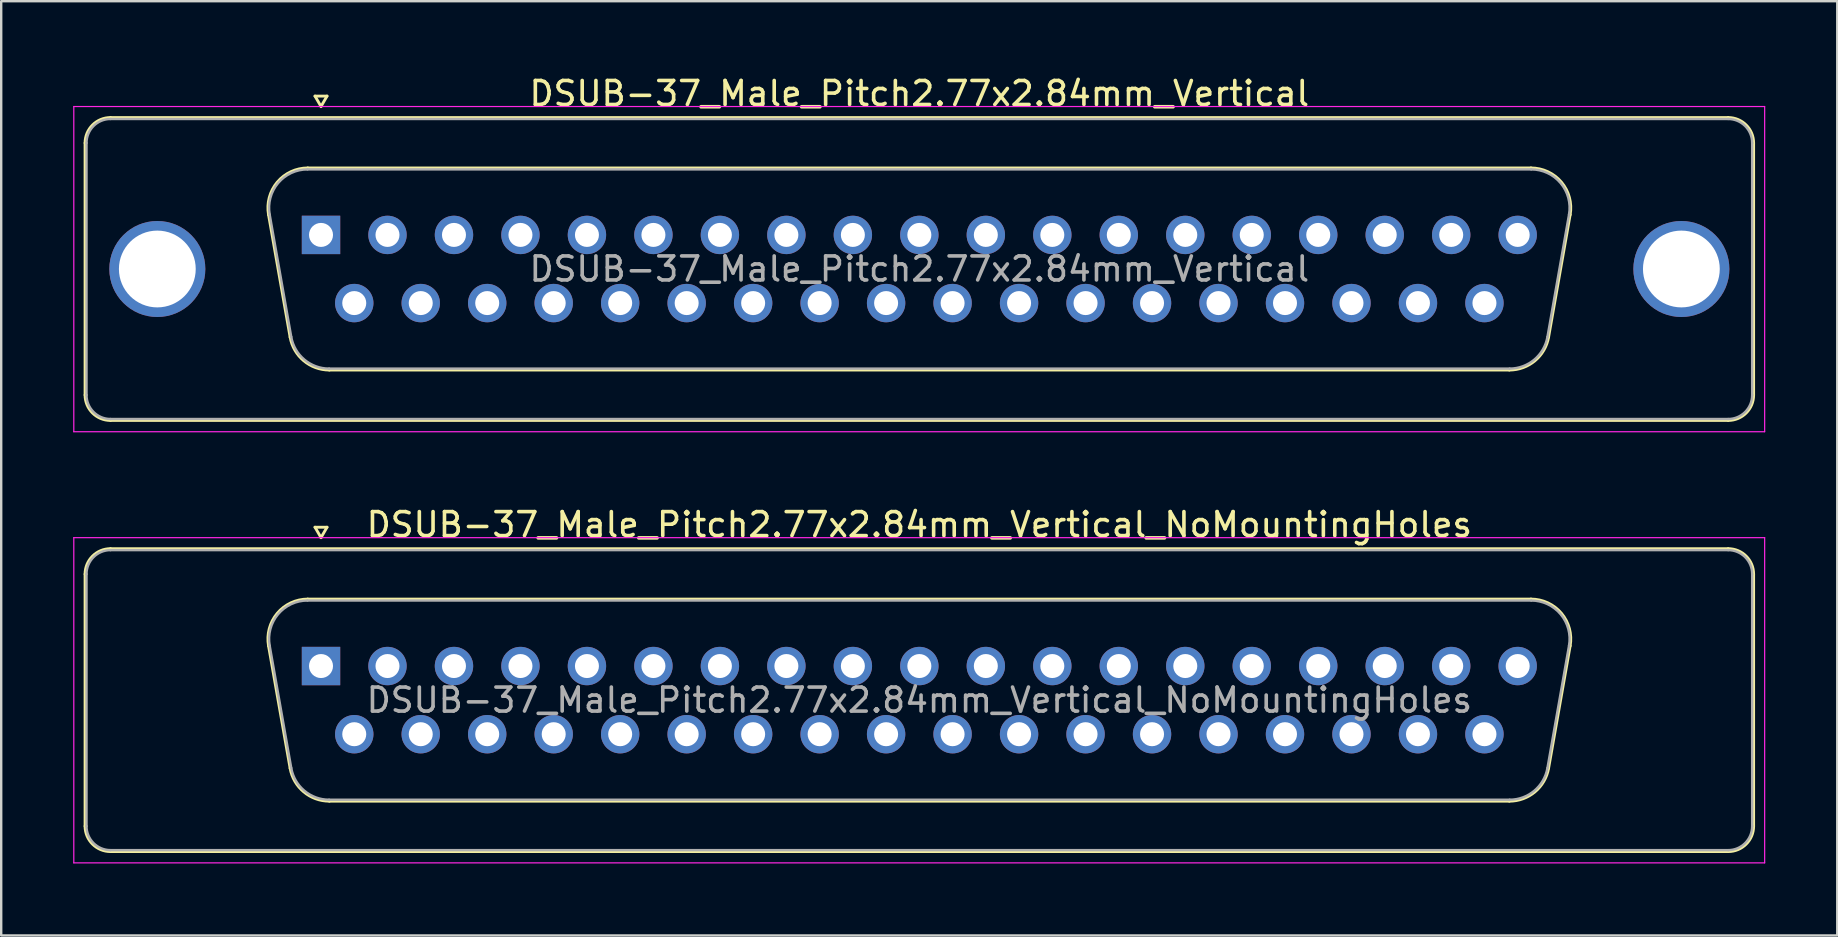
<source format=kicad_pcb>
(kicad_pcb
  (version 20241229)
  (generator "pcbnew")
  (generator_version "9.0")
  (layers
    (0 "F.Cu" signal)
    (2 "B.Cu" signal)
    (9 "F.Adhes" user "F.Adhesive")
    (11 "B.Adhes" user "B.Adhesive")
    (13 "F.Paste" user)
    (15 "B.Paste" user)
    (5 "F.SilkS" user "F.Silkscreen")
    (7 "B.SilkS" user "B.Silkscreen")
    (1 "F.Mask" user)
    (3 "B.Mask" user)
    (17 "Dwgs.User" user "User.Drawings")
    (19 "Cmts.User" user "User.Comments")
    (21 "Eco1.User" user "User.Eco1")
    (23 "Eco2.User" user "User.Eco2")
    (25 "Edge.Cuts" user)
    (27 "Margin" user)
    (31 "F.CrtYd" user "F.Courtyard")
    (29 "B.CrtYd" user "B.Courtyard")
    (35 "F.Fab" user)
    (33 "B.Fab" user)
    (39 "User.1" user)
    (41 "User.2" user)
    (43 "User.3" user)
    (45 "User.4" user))
  (footprint "DSUB-37_Male_Pitch2.77x2.84mm_Vertical"
    (layer "F.Cu")
    (at 10.325 6.738)
    (property "Reference" "DSUB-37_Male_Pitch2.77x2.84mm_Vertical" (at 24.93 -5.89 0) (layer "F.SilkS") (effects (font (size 1 1) (thickness 0.15))))
    (attr through_hole)
    (fp_line (start -9.83 6.67) (end -9.83 -3.83) (stroke (width 0.12) (type solid)) (layer "F.SilkS"))
    (fp_line (start -8.77 -4.89) (end 58.63 -4.89) (stroke (width 0.12) (type solid)) (layer "F.SilkS"))
    (fp_line (start -2.186 -0.842) (end -1.287 4.258) (stroke (width 0.12) (type solid)) (layer "F.SilkS"))
    (fp_line (start -0.552 -2.79) (end 50.412 -2.79) (stroke (width 0.12) (type solid)) (layer "F.SilkS"))
    (fp_line (start -0.25 -5.784) (end 0.25 -5.784) (stroke (width 0.12) (type solid)) (layer "F.SilkS"))
    (fp_line (start 0 -5.351) (end -0.25 -5.784) (stroke (width 0.12) (type solid)) (layer "F.SilkS"))
    (fp_line (start 0.25 -5.784) (end 0 -5.351) (stroke (width 0.12) (type solid)) (layer "F.SilkS"))
    (fp_line (start 0.348 5.63) (end 49.512 5.63) (stroke (width 0.12) (type solid)) (layer "F.SilkS"))
    (fp_line (start 52.046 -0.842) (end 51.147 4.258) (stroke (width 0.12) (type solid)) (layer "F.SilkS"))
    (fp_line (start 58.63 7.73) (end -8.77 7.73) (stroke (width 0.12) (type solid)) (layer "F.SilkS"))
    (fp_line (start 59.69 -3.83) (end 59.69 6.67) (stroke (width 0.12) (type solid)) (layer "F.SilkS"))
    (fp_arc (start -9.83 -3.83) (mid -9.519533 -4.579533) (end -8.77 -4.89) (stroke (width 0.12) (type solid)) (layer "F.SilkS"))
    (fp_arc (start -8.77 7.73) (mid -9.519533 7.419533) (end -9.83 6.67) (stroke (width 0.12) (type solid)) (layer "F.SilkS"))
    (fp_arc (start -2.18647 -0.841744) (mid -1.823323 -2.197028) (end -0.551689 -2.79) (stroke (width 0.12) (type solid)) (layer "F.SilkS"))
    (fp_arc (start 0.347579 5.63) (mid -0.719448 5.241634) (end -1.287202 4.258256) (stroke (width 0.12) (type solid)) (layer "F.SilkS"))
    (fp_arc (start 50.411689 -2.79) (mid 51.683323 -2.197027) (end 52.04647 -0.841744) (stroke (width 0.12) (type solid)) (layer "F.SilkS"))
    (fp_arc (start 51.147202 4.258256) (mid 50.579449 5.241634) (end 49.512421 5.63) (stroke (width 0.12) (type solid)) (layer "F.SilkS"))
    (fp_arc (start 58.63 -4.89) (mid 59.379533 -4.579533) (end 59.69 -3.83) (stroke (width 0.12) (type solid)) (layer "F.SilkS"))
    (fp_arc (start 59.69 6.67) (mid 59.379533 7.419533) (end 58.63 7.73) (stroke (width 0.12) (type solid)) (layer "F.SilkS"))
    (fp_line (start -10.3 -5.35) (end -10.3 8.2) (stroke (width 0.05) (type solid)) (layer "F.CrtYd"))
    (fp_line (start -10.3 8.2) (end 60.15 8.2) (stroke (width 0.05) (type solid)) (layer "F.CrtYd"))
    (fp_line (start 60.15 -5.35) (end -10.3 -5.35) (stroke (width 0.05) (type solid)) (layer "F.CrtYd"))
    (fp_line (start 60.15 8.2) (end 60.15 -5.35) (stroke (width 0.05) (type solid)) (layer "F.CrtYd"))
    (fp_line (start -9.77 6.67) (end -9.77 -3.83) (stroke (width 0.1) (type solid)) (layer "F.Fab"))
    (fp_line (start -8.77 -4.83) (end 58.63 -4.83) (stroke (width 0.1) (type solid)) (layer "F.Fab"))
    (fp_line (start -2.139 -0.852) (end -1.24 4.248) (stroke (width 0.1) (type solid)) (layer "F.Fab"))
    (fp_line (start -0.563 -2.73) (end 50.423 -2.73) (stroke (width 0.1) (type solid)) (layer "F.Fab"))
    (fp_line (start 0.336 5.57) (end 49.524 5.57) (stroke (width 0.1) (type solid)) (layer "F.Fab"))
    (fp_line (start 51.999 -0.852) (end 51.1 4.248) (stroke (width 0.1) (type solid)) (layer "F.Fab"))
    (fp_line (start 58.63 7.67) (end -8.77 7.67) (stroke (width 0.1) (type solid)) (layer "F.Fab"))
    (fp_line (start 59.63 -3.83) (end 59.63 6.67) (stroke (width 0.1) (type solid)) (layer "F.Fab"))
    (fp_arc (start -9.77 -3.83) (mid -9.477107 -4.537107) (end -8.77 -4.83) (stroke (width 0.1) (type solid)) (layer "F.Fab"))
    (fp_arc (start -8.77 7.67) (mid -9.477107 7.377107) (end -9.77 6.67) (stroke (width 0.1) (type solid)) (layer "F.Fab"))
    (fp_arc (start -2.138886 -0.852163) (mid -1.788865 -2.15846) (end -0.563194 -2.73) (stroke (width 0.1) (type solid)) (layer "F.Fab"))
    (fp_arc (start 0.336073 5.57) (mid -0.692387 5.195671) (end -1.239619 4.247837) (stroke (width 0.1) (type solid)) (layer "F.Fab"))
    (fp_arc (start 50.423194 -2.73) (mid 51.648865 -2.15846) (end 51.998886 -0.852163) (stroke (width 0.1) (type solid)) (layer "F.Fab"))
    (fp_arc (start 51.099619 4.247837) (mid 50.552387 5.195671) (end 49.523927 5.57) (stroke (width 0.1) (type solid)) (layer "F.Fab"))
    (fp_arc (start 58.63 -4.83) (mid 59.337107 -4.537107) (end 59.63 -3.83) (stroke (width 0.1) (type solid)) (layer "F.Fab"))
    (fp_arc (start 59.63 6.67) (mid 59.337107 7.377107) (end 58.63 7.67) (stroke (width 0.1) (type solid)) (layer "F.Fab"))
    (fp_text user "${REFERENCE}" (at 24.93 1.42 0) (layer "F.Fab") (effects (font (size 1 1) (thickness 0.15))))
    (pad "0" thru_hole circle (at -6.82 1.42) (size 4 4) (drill 3.2) (layers "*.Cu" "*.Mask"))
    (pad "0" thru_hole circle (at 56.68 1.42) (size 4 4) (drill 3.2) (layers "*.Cu" "*.Mask"))
    (pad "1" thru_hole rect (at 0 0) (size 1.6 1.6) (drill 1) (layers "*.Cu" "*.Mask"))
    (pad "2" thru_hole circle (at 2.77 0) (size 1.6 1.6) (drill 1) (layers "*.Cu" "*.Mask"))
    (pad "3" thru_hole circle (at 5.54 0) (size 1.6 1.6) (drill 1) (layers "*.Cu" "*.Mask"))
    (pad "4" thru_hole circle (at 8.31 0) (size 1.6 1.6) (drill 1) (layers "*.Cu" "*.Mask"))
    (pad "5" thru_hole circle (at 11.08 0) (size 1.6 1.6) (drill 1) (layers "*.Cu" "*.Mask"))
    (pad "6" thru_hole circle (at 13.85 0) (size 1.6 1.6) (drill 1) (layers "*.Cu" "*.Mask"))
    (pad "7" thru_hole circle (at 16.62 0) (size 1.6 1.6) (drill 1) (layers "*.Cu" "*.Mask"))
    (pad "8" thru_hole circle (at 19.39 0) (size 1.6 1.6) (drill 1) (layers "*.Cu" "*.Mask"))
    (pad "9" thru_hole circle (at 22.16 0) (size 1.6 1.6) (drill 1) (layers "*.Cu" "*.Mask"))
    (pad "10" thru_hole circle (at 24.93 0) (size 1.6 1.6) (drill 1) (layers "*.Cu" "*.Mask"))
    (pad "11" thru_hole circle (at 27.7 0) (size 1.6 1.6) (drill 1) (layers "*.Cu" "*.Mask"))
    (pad "12" thru_hole circle (at 30.47 0) (size 1.6 1.6) (drill 1) (layers "*.Cu" "*.Mask"))
    (pad "13" thru_hole circle (at 33.24 0) (size 1.6 1.6) (drill 1) (layers "*.Cu" "*.Mask"))
    (pad "14" thru_hole circle (at 36.01 0) (size 1.6 1.6) (drill 1) (layers "*.Cu" "*.Mask"))
    (pad "15" thru_hole circle (at 38.78 0) (size 1.6 1.6) (drill 1) (layers "*.Cu" "*.Mask"))
    (pad "16" thru_hole circle (at 41.55 0) (size 1.6 1.6) (drill 1) (layers "*.Cu" "*.Mask"))
    (pad "17" thru_hole circle (at 44.32 0) (size 1.6 1.6) (drill 1) (layers "*.Cu" "*.Mask"))
    (pad "18" thru_hole circle (at 47.09 0) (size 1.6 1.6) (drill 1) (layers "*.Cu" "*.Mask"))
    (pad "19" thru_hole circle (at 49.86 0) (size 1.6 1.6) (drill 1) (layers "*.Cu" "*.Mask"))
    (pad "20" thru_hole circle (at 1.385 2.84) (size 1.6 1.6) (drill 1) (layers "*.Cu" "*.Mask"))
    (pad "21" thru_hole circle (at 4.155 2.84) (size 1.6 1.6) (drill 1) (layers "*.Cu" "*.Mask"))
    (pad "22" thru_hole circle (at 6.925 2.84) (size 1.6 1.6) (drill 1) (layers "*.Cu" "*.Mask"))
    (pad "23" thru_hole circle (at 9.695 2.84) (size 1.6 1.6) (drill 1) (layers "*.Cu" "*.Mask"))
    (pad "24" thru_hole circle (at 12.465 2.84) (size 1.6 1.6) (drill 1) (layers "*.Cu" "*.Mask"))
    (pad "25" thru_hole circle (at 15.235 2.84) (size 1.6 1.6) (drill 1) (layers "*.Cu" "*.Mask"))
    (pad "26" thru_hole circle (at 18.005 2.84) (size 1.6 1.6) (drill 1) (layers "*.Cu" "*.Mask"))
    (pad "27" thru_hole circle (at 20.775 2.84) (size 1.6 1.6) (drill 1) (layers "*.Cu" "*.Mask"))
    (pad "28" thru_hole circle (at 23.545 2.84) (size 1.6 1.6) (drill 1) (layers "*.Cu" "*.Mask"))
    (pad "29" thru_hole circle (at 26.315 2.84) (size 1.6 1.6) (drill 1) (layers "*.Cu" "*.Mask"))
    (pad "30" thru_hole circle (at 29.085 2.84) (size 1.6 1.6) (drill 1) (layers "*.Cu" "*.Mask"))
    (pad "31" thru_hole circle (at 31.855 2.84) (size 1.6 1.6) (drill 1) (layers "*.Cu" "*.Mask"))
    (pad "32" thru_hole circle (at 34.625 2.84) (size 1.6 1.6) (drill 1) (layers "*.Cu" "*.Mask"))
    (pad "33" thru_hole circle (at 37.395 2.84) (size 1.6 1.6) (drill 1) (layers "*.Cu" "*.Mask"))
    (pad "34" thru_hole circle (at 40.165 2.84) (size 1.6 1.6) (drill 1) (layers "*.Cu" "*.Mask"))
    (pad "35" thru_hole circle (at 42.935 2.84) (size 1.6 1.6) (drill 1) (layers "*.Cu" "*.Mask"))
    (pad "36" thru_hole circle (at 45.705 2.84) (size 1.6 1.6) (drill 1) (layers "*.Cu" "*.Mask"))
    (pad "37" thru_hole circle (at 48.475 2.84) (size 1.6 1.6) (drill 1) (layers "*.Cu" "*.Mask")))
  (footprint "DSUB-37_Male_Pitch2.77x2.84mm_Vertical_NoMountingHoles"
    (layer "F.Cu")
    (at 10.325 24.701)
    (property "Reference" "DSUB-37_Male_Pitch2.77x2.84mm_Vertical_NoMountingHoles" (at 24.93 -5.89 0) (layer "F.SilkS") (effects (font (size 1 1) (thickness 0.15))))
    (attr through_hole)
    (fp_line (start -9.83 6.67) (end -9.83 -3.83) (stroke (width 0.12) (type solid)) (layer "F.SilkS"))
    (fp_line (start -8.77 -4.89) (end 58.63 -4.89) (stroke (width 0.12) (type solid)) (layer "F.SilkS"))
    (fp_line (start -2.186 -0.842) (end -1.287 4.258) (stroke (width 0.12) (type solid)) (layer "F.SilkS"))
    (fp_line (start -0.552 -2.79) (end 50.412 -2.79) (stroke (width 0.12) (type solid)) (layer "F.SilkS"))
    (fp_line (start -0.25 -5.784) (end 0.25 -5.784) (stroke (width 0.12) (type solid)) (layer "F.SilkS"))
    (fp_line (start 0 -5.351) (end -0.25 -5.784) (stroke (width 0.12) (type solid)) (layer "F.SilkS"))
    (fp_line (start 0.25 -5.784) (end 0 -5.351) (stroke (width 0.12) (type solid)) (layer "F.SilkS"))
    (fp_line (start 0.348 5.63) (end 49.512 5.63) (stroke (width 0.12) (type solid)) (layer "F.SilkS"))
    (fp_line (start 52.046 -0.842) (end 51.147 4.258) (stroke (width 0.12) (type solid)) (layer "F.SilkS"))
    (fp_line (start 58.63 7.73) (end -8.77 7.73) (stroke (width 0.12) (type solid)) (layer "F.SilkS"))
    (fp_line (start 59.69 -3.83) (end 59.69 6.67) (stroke (width 0.12) (type solid)) (layer "F.SilkS"))
    (fp_arc (start -9.83 -3.83) (mid -9.519533 -4.579533) (end -8.77 -4.89) (stroke (width 0.12) (type solid)) (layer "F.SilkS"))
    (fp_arc (start -8.77 7.73) (mid -9.519533 7.419533) (end -9.83 6.67) (stroke (width 0.12) (type solid)) (layer "F.SilkS"))
    (fp_arc (start -2.18647 -0.841744) (mid -1.823323 -2.197028) (end -0.551689 -2.79) (stroke (width 0.12) (type solid)) (layer "F.SilkS"))
    (fp_arc (start 0.347579 5.63) (mid -0.719448 5.241634) (end -1.287202 4.258256) (stroke (width 0.12) (type solid)) (layer "F.SilkS"))
    (fp_arc (start 50.411689 -2.79) (mid 51.683323 -2.197027) (end 52.04647 -0.841744) (stroke (width 0.12) (type solid)) (layer "F.SilkS"))
    (fp_arc (start 51.147202 4.258256) (mid 50.579449 5.241634) (end 49.512421 5.63) (stroke (width 0.12) (type solid)) (layer "F.SilkS"))
    (fp_arc (start 58.63 -4.89) (mid 59.379533 -4.579533) (end 59.69 -3.83) (stroke (width 0.12) (type solid)) (layer "F.SilkS"))
    (fp_arc (start 59.69 6.67) (mid 59.379533 7.419533) (end 58.63 7.73) (stroke (width 0.12) (type solid)) (layer "F.SilkS"))
    (fp_line (start -10.3 -5.35) (end -10.3 8.2) (stroke (width 0.05) (type solid)) (layer "F.CrtYd"))
    (fp_line (start -10.3 8.2) (end 60.15 8.2) (stroke (width 0.05) (type solid)) (layer "F.CrtYd"))
    (fp_line (start 60.15 -5.35) (end -10.3 -5.35) (stroke (width 0.05) (type solid)) (layer "F.CrtYd"))
    (fp_line (start 60.15 8.2) (end 60.15 -5.35) (stroke (width 0.05) (type solid)) (layer "F.CrtYd"))
    (fp_line (start -9.77 6.67) (end -9.77 -3.83) (stroke (width 0.1) (type solid)) (layer "F.Fab"))
    (fp_line (start -8.77 -4.83) (end 58.63 -4.83) (stroke (width 0.1) (type solid)) (layer "F.Fab"))
    (fp_line (start -2.139 -0.852) (end -1.24 4.248) (stroke (width 0.1) (type solid)) (layer "F.Fab"))
    (fp_line (start -0.563 -2.73) (end 50.423 -2.73) (stroke (width 0.1) (type solid)) (layer "F.Fab"))
    (fp_line (start 0.336 5.57) (end 49.524 5.57) (stroke (width 0.1) (type solid)) (layer "F.Fab"))
    (fp_line (start 51.999 -0.852) (end 51.1 4.248) (stroke (width 0.1) (type solid)) (layer "F.Fab"))
    (fp_line (start 58.63 7.67) (end -8.77 7.67) (stroke (width 0.1) (type solid)) (layer "F.Fab"))
    (fp_line (start 59.63 -3.83) (end 59.63 6.67) (stroke (width 0.1) (type solid)) (layer "F.Fab"))
    (fp_arc (start -9.77 -3.83) (mid -9.477107 -4.537107) (end -8.77 -4.83) (stroke (width 0.1) (type solid)) (layer "F.Fab"))
    (fp_arc (start -8.77 7.67) (mid -9.477107 7.377107) (end -9.77 6.67) (stroke (width 0.1) (type solid)) (layer "F.Fab"))
    (fp_arc (start -2.138886 -0.852163) (mid -1.788865 -2.15846) (end -0.563194 -2.73) (stroke (width 0.1) (type solid)) (layer "F.Fab"))
    (fp_arc (start 0.336073 5.57) (mid -0.692387 5.195671) (end -1.239619 4.247837) (stroke (width 0.1) (type solid)) (layer "F.Fab"))
    (fp_arc (start 50.423194 -2.73) (mid 51.648865 -2.15846) (end 51.998886 -0.852163) (stroke (width 0.1) (type solid)) (layer "F.Fab"))
    (fp_arc (start 51.099619 4.247837) (mid 50.552387 5.195671) (end 49.523927 5.57) (stroke (width 0.1) (type solid)) (layer "F.Fab"))
    (fp_arc (start 58.63 -4.83) (mid 59.337107 -4.537107) (end 59.63 -3.83) (stroke (width 0.1) (type solid)) (layer "F.Fab"))
    (fp_arc (start 59.63 6.67) (mid 59.337107 7.377107) (end 58.63 7.67) (stroke (width 0.1) (type solid)) (layer "F.Fab"))
    (fp_text user "${REFERENCE}" (at 24.93 1.42 0) (layer "F.Fab") (effects (font (size 1 1) (thickness 0.15))))
    (pad "1" thru_hole rect (at 0 0) (size 1.6 1.6) (drill 1) (layers "*.Cu" "*.Mask"))
    (pad "2" thru_hole circle (at 2.77 0) (size 1.6 1.6) (drill 1) (layers "*.Cu" "*.Mask"))
    (pad "3" thru_hole circle (at 5.54 0) (size 1.6 1.6) (drill 1) (layers "*.Cu" "*.Mask"))
    (pad "4" thru_hole circle (at 8.31 0) (size 1.6 1.6) (drill 1) (layers "*.Cu" "*.Mask"))
    (pad "5" thru_hole circle (at 11.08 0) (size 1.6 1.6) (drill 1) (layers "*.Cu" "*.Mask"))
    (pad "6" thru_hole circle (at 13.85 0) (size 1.6 1.6) (drill 1) (layers "*.Cu" "*.Mask"))
    (pad "7" thru_hole circle (at 16.62 0) (size 1.6 1.6) (drill 1) (layers "*.Cu" "*.Mask"))
    (pad "8" thru_hole circle (at 19.39 0) (size 1.6 1.6) (drill 1) (layers "*.Cu" "*.Mask"))
    (pad "9" thru_hole circle (at 22.16 0) (size 1.6 1.6) (drill 1) (layers "*.Cu" "*.Mask"))
    (pad "10" thru_hole circle (at 24.93 0) (size 1.6 1.6) (drill 1) (layers "*.Cu" "*.Mask"))
    (pad "11" thru_hole circle (at 27.7 0) (size 1.6 1.6) (drill 1) (layers "*.Cu" "*.Mask"))
    (pad "12" thru_hole circle (at 30.47 0) (size 1.6 1.6) (drill 1) (layers "*.Cu" "*.Mask"))
    (pad "13" thru_hole circle (at 33.24 0) (size 1.6 1.6) (drill 1) (layers "*.Cu" "*.Mask"))
    (pad "14" thru_hole circle (at 36.01 0) (size 1.6 1.6) (drill 1) (layers "*.Cu" "*.Mask"))
    (pad "15" thru_hole circle (at 38.78 0) (size 1.6 1.6) (drill 1) (layers "*.Cu" "*.Mask"))
    (pad "16" thru_hole circle (at 41.55 0) (size 1.6 1.6) (drill 1) (layers "*.Cu" "*.Mask"))
    (pad "17" thru_hole circle (at 44.32 0) (size 1.6 1.6) (drill 1) (layers "*.Cu" "*.Mask"))
    (pad "18" thru_hole circle (at 47.09 0) (size 1.6 1.6) (drill 1) (layers "*.Cu" "*.Mask"))
    (pad "19" thru_hole circle (at 49.86 0) (size 1.6 1.6) (drill 1) (layers "*.Cu" "*.Mask"))
    (pad "20" thru_hole circle (at 1.385 2.84) (size 1.6 1.6) (drill 1) (layers "*.Cu" "*.Mask"))
    (pad "21" thru_hole circle (at 4.155 2.84) (size 1.6 1.6) (drill 1) (layers "*.Cu" "*.Mask"))
    (pad "22" thru_hole circle (at 6.925 2.84) (size 1.6 1.6) (drill 1) (layers "*.Cu" "*.Mask"))
    (pad "23" thru_hole circle (at 9.695 2.84) (size 1.6 1.6) (drill 1) (layers "*.Cu" "*.Mask"))
    (pad "24" thru_hole circle (at 12.465 2.84) (size 1.6 1.6) (drill 1) (layers "*.Cu" "*.Mask"))
    (pad "25" thru_hole circle (at 15.235 2.84) (size 1.6 1.6) (drill 1) (layers "*.Cu" "*.Mask"))
    (pad "26" thru_hole circle (at 18.005 2.84) (size 1.6 1.6) (drill 1) (layers "*.Cu" "*.Mask"))
    (pad "27" thru_hole circle (at 20.775 2.84) (size 1.6 1.6) (drill 1) (layers "*.Cu" "*.Mask"))
    (pad "28" thru_hole circle (at 23.545 2.84) (size 1.6 1.6) (drill 1) (layers "*.Cu" "*.Mask"))
    (pad "29" thru_hole circle (at 26.315 2.84) (size 1.6 1.6) (drill 1) (layers "*.Cu" "*.Mask"))
    (pad "30" thru_hole circle (at 29.085 2.84) (size 1.6 1.6) (drill 1) (layers "*.Cu" "*.Mask"))
    (pad "31" thru_hole circle (at 31.855 2.84) (size 1.6 1.6) (drill 1) (layers "*.Cu" "*.Mask"))
    (pad "32" thru_hole circle (at 34.625 2.84) (size 1.6 1.6) (drill 1) (layers "*.Cu" "*.Mask"))
    (pad "33" thru_hole circle (at 37.395 2.84) (size 1.6 1.6) (drill 1) (layers "*.Cu" "*.Mask"))
    (pad "34" thru_hole circle (at 40.165 2.84) (size 1.6 1.6) (drill 1) (layers "*.Cu" "*.Mask"))
    (pad "35" thru_hole circle (at 42.935 2.84) (size 1.6 1.6) (drill 1) (layers "*.Cu" "*.Mask"))
    (pad "36" thru_hole circle (at 45.705 2.84) (size 1.6 1.6) (drill 1) (layers "*.Cu" "*.Mask"))
    (pad "37" thru_hole circle (at 48.475 2.84) (size 1.6 1.6) (drill 1) (layers "*.Cu" "*.Mask")))
  (gr_rect
    (start -3 -3)
    (end 73.5 35.926)
    (stroke (width 0.1) (type default))
    (fill no)
    (layer "Edge.Cuts")))
</source>
